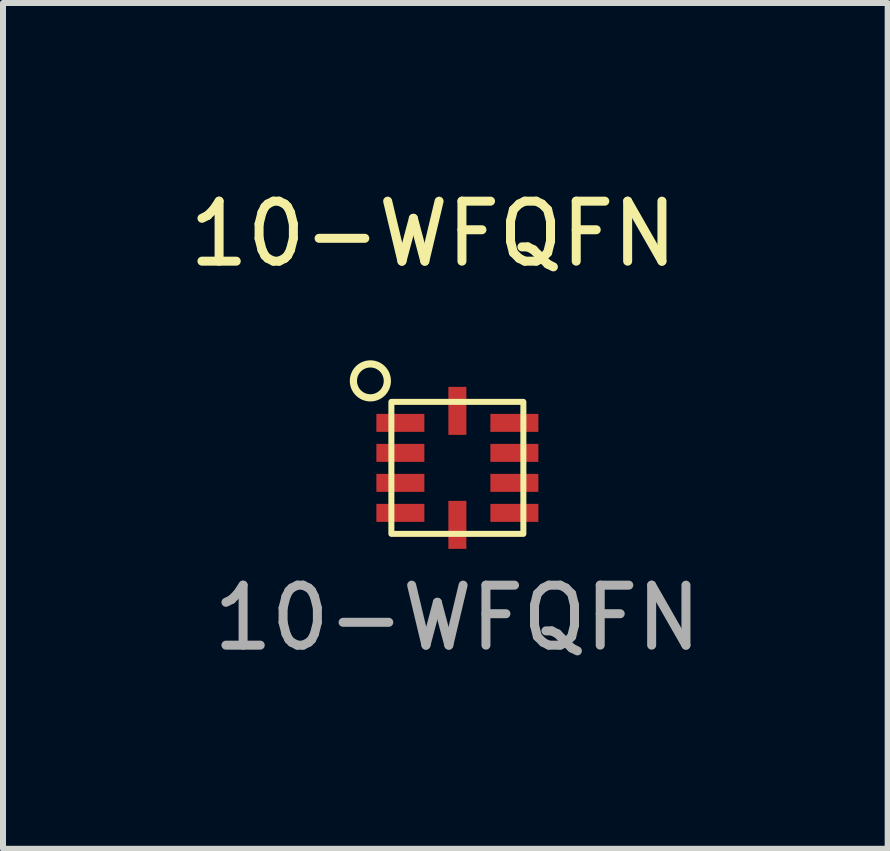
<source format=kicad_pcb>
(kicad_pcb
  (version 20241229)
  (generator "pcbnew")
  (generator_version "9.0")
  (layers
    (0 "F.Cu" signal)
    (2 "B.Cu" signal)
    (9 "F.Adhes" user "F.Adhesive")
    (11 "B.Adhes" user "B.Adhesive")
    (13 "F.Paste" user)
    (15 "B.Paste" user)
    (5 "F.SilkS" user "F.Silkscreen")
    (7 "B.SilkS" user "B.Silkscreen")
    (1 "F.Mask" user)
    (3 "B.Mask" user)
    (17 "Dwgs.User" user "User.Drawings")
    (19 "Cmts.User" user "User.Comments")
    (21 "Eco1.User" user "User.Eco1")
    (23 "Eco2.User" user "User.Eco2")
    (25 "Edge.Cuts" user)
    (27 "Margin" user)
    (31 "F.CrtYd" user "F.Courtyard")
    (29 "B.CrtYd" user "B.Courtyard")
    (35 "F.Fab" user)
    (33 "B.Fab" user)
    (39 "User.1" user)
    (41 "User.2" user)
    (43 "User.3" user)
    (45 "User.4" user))
  (footprint "10-WFQFN"
    (layer "F.Cu")
    (at 4.573 4.748)
    (property "Reference" "10-WFQFN" (at -0.4 -3.9 0) (unlocked yes) (layer "F.SilkS") (effects (font (size 1 1) (thickness 0.15))))
    (fp_rect (start -1.1 -1.1) (end 1.1 1.1) (stroke (width 0.1) (type solid)) (fill no) (layer "F.SilkS"))
    (fp_circle (center -1.45 -1.45) (end -1.25 -1.25) (stroke (width 0.12) (type solid)) (fill no) (layer "F.SilkS"))
    (fp_text user "${REFERENCE}" (at 0 2.5 0) (unlocked yes) (layer "F.Fab") (effects (font (size 1 1) (thickness 0.15))))
    (pad "1" smd rect (at -0.95 -0.75 90) (size 0.3 0.8) (layers "F.Cu" "F.Mask" "F.Paste"))
    (pad "2" smd rect (at -0.95 -0.25 90) (size 0.3 0.8) (layers "F.Cu" "F.Mask" "F.Paste"))
    (pad "3" smd rect (at -0.95 0.25 90) (size 0.3 0.8) (layers "F.Cu" "F.Mask" "F.Paste"))
    (pad "4" smd rect (at -0.95 0.75 90) (size 0.3 0.8) (layers "F.Cu" "F.Mask" "F.Paste"))
    (pad "5" smd rect (at 0 0.95 180) (size 0.3 0.8) (layers "F.Cu" "F.Mask" "F.Paste"))
    (pad "6" smd rect (at 0.95 0.75 270) (size 0.3 0.8) (layers "F.Cu" "F.Mask" "F.Paste"))
    (pad "7" smd rect (at 0.95 0.25 270) (size 0.3 0.8) (layers "F.Cu" "F.Mask" "F.Paste"))
    (pad "8" smd rect (at 0.95 -0.25 270) (size 0.3 0.8) (layers "F.Cu" "F.Mask" "F.Paste"))
    (pad "9" smd rect (at 0.95 -0.75 270) (size 0.3 0.8) (layers "F.Cu" "F.Mask" "F.Paste"))
    (pad "10" smd rect (at 0 -0.95) (size 0.3 0.8) (layers "F.Cu" "F.Mask" "F.Paste")))
  (gr_rect
    (start -3 -3)
    (end 11.745 11.097)
    (stroke (width 0.1) (type default))
    (fill no)
    (layer "Edge.Cuts")))
</source>
